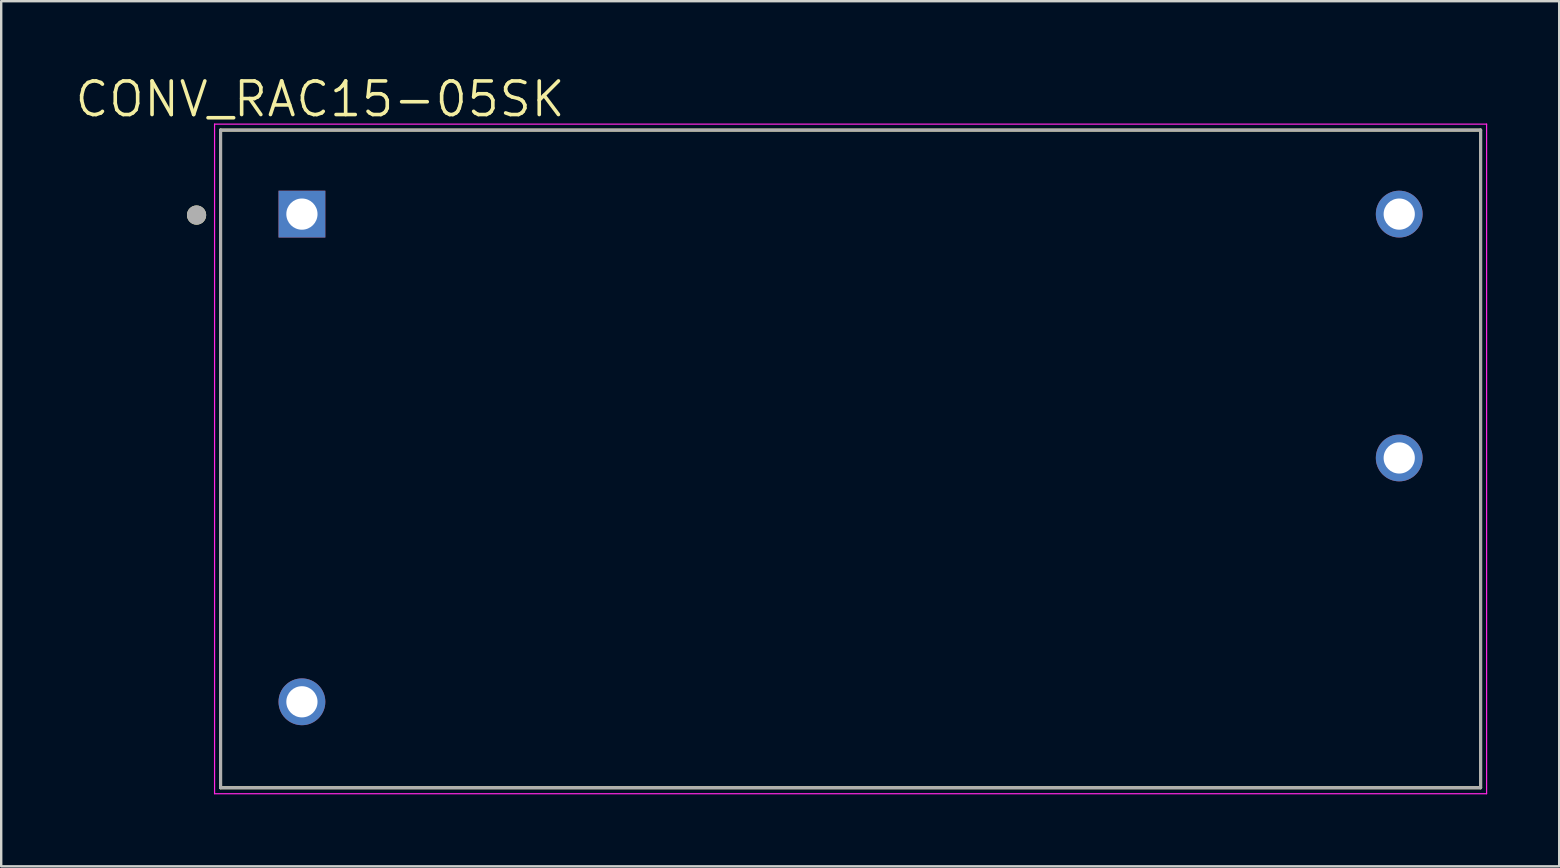
<source format=kicad_pcb>
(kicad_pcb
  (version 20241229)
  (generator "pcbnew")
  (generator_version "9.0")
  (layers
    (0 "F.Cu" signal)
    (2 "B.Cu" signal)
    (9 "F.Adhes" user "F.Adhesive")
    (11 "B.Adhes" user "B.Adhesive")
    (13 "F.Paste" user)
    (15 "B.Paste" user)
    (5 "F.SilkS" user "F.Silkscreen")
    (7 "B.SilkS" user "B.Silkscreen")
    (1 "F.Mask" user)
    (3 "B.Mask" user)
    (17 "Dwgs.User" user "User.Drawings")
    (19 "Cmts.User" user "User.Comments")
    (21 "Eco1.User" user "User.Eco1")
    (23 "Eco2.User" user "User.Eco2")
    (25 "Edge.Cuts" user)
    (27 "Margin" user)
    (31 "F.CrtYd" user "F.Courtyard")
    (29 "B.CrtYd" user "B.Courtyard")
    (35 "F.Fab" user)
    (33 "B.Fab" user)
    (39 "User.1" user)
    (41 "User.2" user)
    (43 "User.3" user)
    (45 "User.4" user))
  (footprint "CONV_RAC15-05SK"
    (layer "F.Cu")
    (at 32.39 16.071)
    (property "Reference" "CONV_RAC15-05SK" (at -22.105 -14.989 0) (layer "F.SilkS") (effects (font (size 1.4 1.4) (thickness 0.15))))
    (attr through_hole)
    (fp_line (start -26.25 -13.7) (end 26.25 -13.7) (stroke (width 0.127) (type solid)) (layer "F.SilkS"))
    (fp_line (start -26.25 13.7) (end -26.25 -13.7) (stroke (width 0.127) (type solid)) (layer "F.SilkS"))
    (fp_line (start 26.25 -13.7) (end 26.25 13.7) (stroke (width 0.127) (type solid)) (layer "F.SilkS"))
    (fp_line (start 26.25 13.7) (end -26.25 13.7) (stroke (width 0.127) (type solid)) (layer "F.SilkS"))
    (fp_circle (center -27.25 -10.16) (end -27.05 -10.16) (stroke (width 0.4) (type solid)) (fill no) (layer "F.SilkS"))
    (fp_line (start -26.5 -13.95) (end 26.5 -13.95) (stroke (width 0.05) (type solid)) (layer "F.CrtYd"))
    (fp_line (start -26.5 13.95) (end -26.5 -13.95) (stroke (width 0.05) (type solid)) (layer "F.CrtYd"))
    (fp_line (start 26.5 -13.95) (end 26.5 13.95) (stroke (width 0.05) (type solid)) (layer "F.CrtYd"))
    (fp_line (start 26.5 13.95) (end -26.5 13.95) (stroke (width 0.05) (type solid)) (layer "F.CrtYd"))
    (fp_line (start -26.25 -13.7) (end 26.25 -13.7) (stroke (width 0.127) (type solid)) (layer "F.Fab"))
    (fp_line (start -26.25 13.7) (end -26.25 -13.7) (stroke (width 0.127) (type solid)) (layer "F.Fab"))
    (fp_line (start 26.25 -13.7) (end 26.25 13.7) (stroke (width 0.127) (type solid)) (layer "F.Fab"))
    (fp_line (start 26.25 13.7) (end -26.25 13.7) (stroke (width 0.127) (type solid)) (layer "F.Fab"))
    (fp_circle (center -27.25 -10.16) (end -27.05 -10.16) (stroke (width 0.4) (type solid)) (fill no) (layer "F.Fab"))
    (pad "1" thru_hole rect (at -22.86 -10.2) (size 1.95 1.95) (drill 1.3) (layers "*.Cu" "*.Mask"))
    (pad "2" thru_hole circle (at -22.86 10.12) (size 1.95 1.95) (drill 1.3) (layers "*.Cu" "*.Mask"))
    (pad "4" thru_hole circle (at 22.86 -0.04) (size 1.95 1.95) (drill 1.3) (layers "*.Cu" "*.Mask"))
    (pad "5" thru_hole circle (at 22.86 -10.2) (size 1.95 1.95) (drill 1.3) (layers "*.Cu" "*.Mask")))
  (gr_rect
    (start -3 -3)
    (end 61.915 33.046)
    (stroke (width 0.1) (type default))
    (fill no)
    (layer "Edge.Cuts")))
</source>
